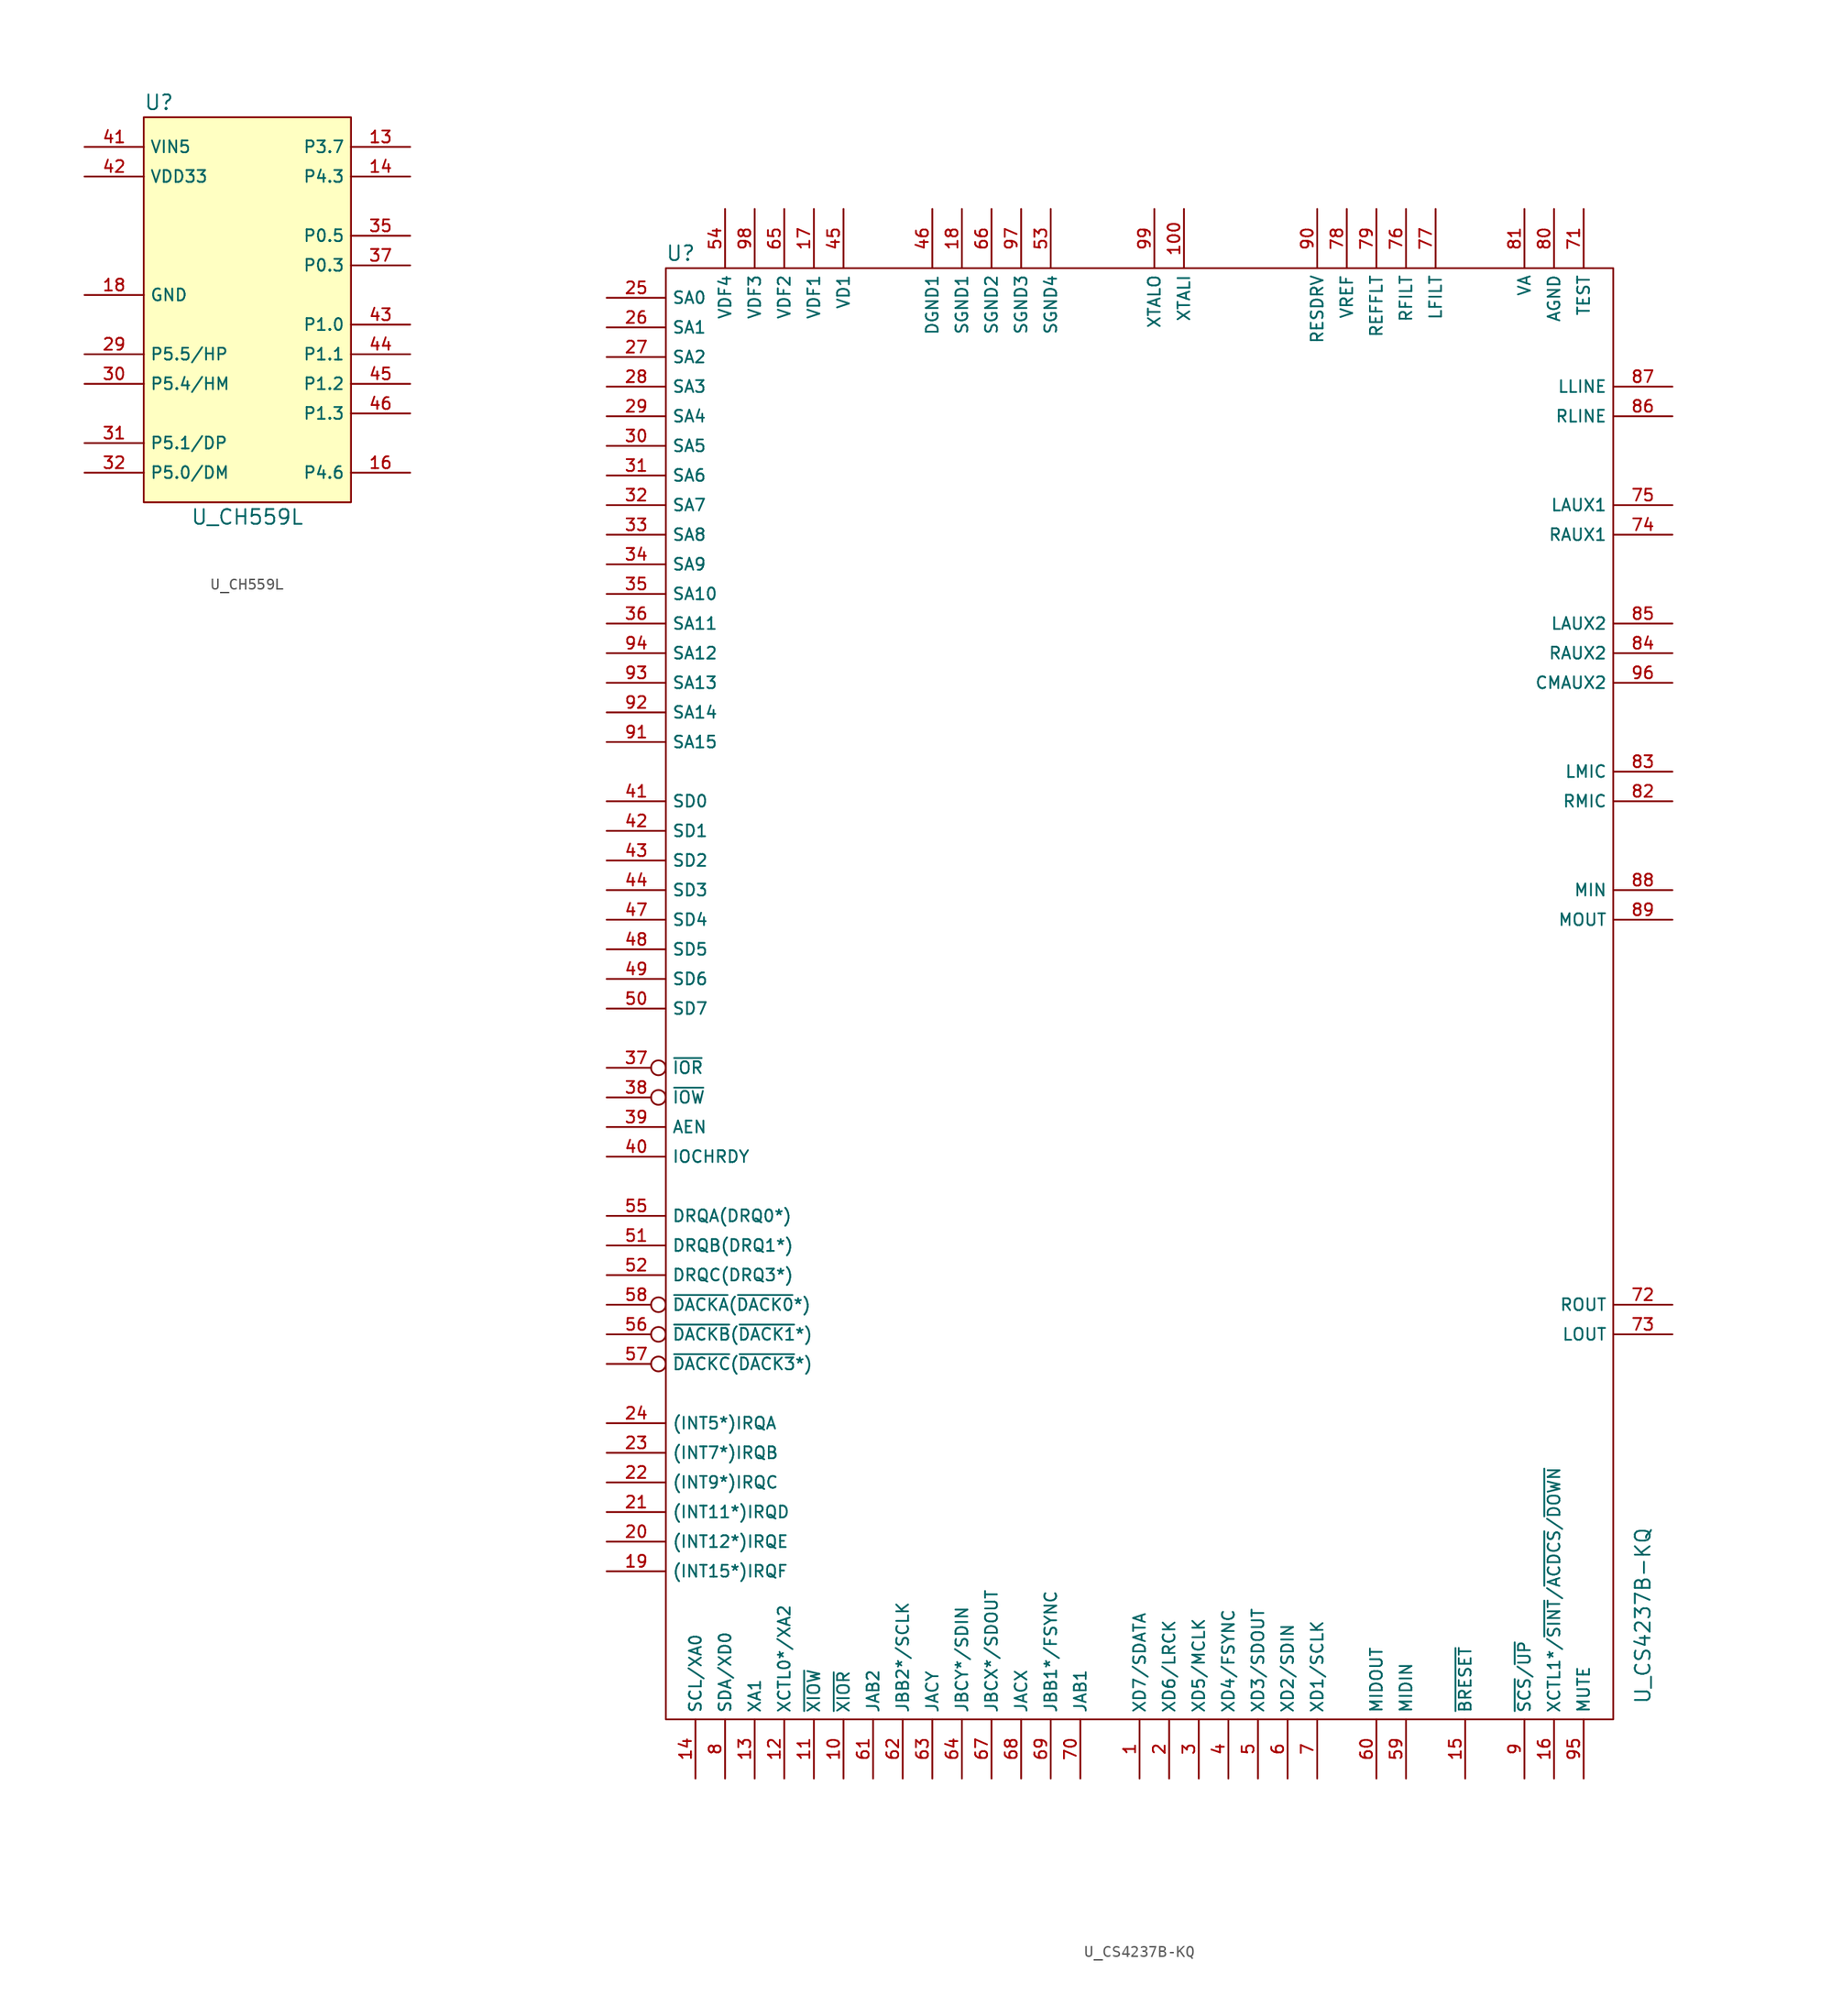
<source format=kicad_sym>
(kicad_symbol_lib
  (version 20220914)
  (generator kicad_symbol_editor)
  (symbol "U_CH559L"
    (property "Reference" "U"
      (at -8.89 17.78 0)
      (effects (font (size 1.27 1.27)) (justify left)))
    (property "Value" "U_CH559L"
      (at 0 -17.78 0)
      (effects (font (size 1.27 1.27))))
    (symbol "U_CH559L_1_1"
      (rectangle (start -8.89 16.51) (end 8.89 -16.51) (stroke (width 0) (type default)) (fill (type background)))
      (pin passive line (at 13.97 13.97 180) (length 5.08) (name "P3.7" (effects (font (size 1.016 1.016)))) (number "13" (effects (font (size 1.016 1.016)))))
      (pin passive line (at 13.97 11.43 180) (length 5.08) (name "P4.3" (effects (font (size 1.016 1.016)))) (number "14" (effects (font (size 1.016 1.016)))))
      (pin passive line (at 13.97 -13.97 180) (length 5.08) (name "P4.6" (effects (font (size 1.016 1.016)))) (number "16" (effects (font (size 1.016 1.016)))))
      (pin passive line (at -13.97 1.27 0) (length 5.08) (name "GND" (effects (font (size 1.016 1.016)))) (number "18" (effects (font (size 1.016 1.016)))))
      (pin passive line (at -13.97 -3.81 0) (length 5.08) (name "P5.5/HP" (effects (font (size 1.016 1.016)))) (number "29" (effects (font (size 1.016 1.016)))))
      (pin passive line (at -13.97 -6.35 0) (length 5.08) (name "P5.4/HM" (effects (font (size 1.016 1.016)))) (number "30" (effects (font (size 1.016 1.016)))))
      (pin passive line (at -13.97 -11.43 0) (length 5.08) (name "P5.1/DP" (effects (font (size 1.016 1.016)))) (number "31" (effects (font (size 1.016 1.016)))))
      (pin passive line (at -13.97 -13.97 0) (length 5.08) (name "P5.0/DM" (effects (font (size 1.016 1.016)))) (number "32" (effects (font (size 1.016 1.016)))))
      (pin passive line (at 13.97 6.35 180) (length 5.08) (name "P0.5" (effects (font (size 1.016 1.016)))) (number "35" (effects (font (size 1.016 1.016)))))
      (pin passive line (at 13.97 3.81 180) (length 5.08) (name "P0.3" (effects (font (size 1.016 1.016)))) (number "37" (effects (font (size 1.016 1.016)))))
      (pin passive line (at -13.97 13.97 0) (length 5.08) (name "VIN5" (effects (font (size 1.016 1.016)))) (number "41" (effects (font (size 1.016 1.016)))))
      (pin passive line (at -13.97 11.43 0) (length 5.08) (name "VDD33" (effects (font (size 1.016 1.016)))) (number "42" (effects (font (size 1.016 1.016)))))
      (pin passive line (at 13.97 -1.27 180) (length 5.08) (name "P1.0" (effects (font (size 1.016 1.016)))) (number "43" (effects (font (size 1.016 1.016)))))
      (pin passive line (at 13.97 -3.81 180) (length 5.08) (name "P1.1" (effects (font (size 1.016 1.016)))) (number "44" (effects (font (size 1.016 1.016)))))
      (pin passive line (at 13.97 -6.35 180) (length 5.08) (name "P1.2" (effects (font (size 1.016 1.016)))) (number "45" (effects (font (size 1.016 1.016)))))
      (pin passive line (at 13.97 -8.89 180) (length 5.08) (name "P1.3" (effects (font (size 1.016 1.016)))) (number "46" (effects (font (size 1.016 1.016)))))))
  (symbol "U_CS4237B-KQ"
    (property "Reference" "U"
      (at -39.37 63.5 0)
      (effects (font (size 1.27 1.27))))
    (property "Value" "U_CS4237B-KQ"
      (at 43.18 -53.34 90)
      (effects (font (size 1.27 1.27))))
    (symbol "U_CS4237B-KQ_0_1"
      (rectangle (start -40.64 62.23) (end 40.64 -62.23) (stroke (width 0.152) (type default)) (fill (type none))))
    (symbol "U_CS4237B-KQ_1_1"
      (pin passive line (at 0 -67.31 90) (length 5.08) (name "XD7/SDATA" (effects (font (size 1.016 1.016)))) (number "1" (effects (font (size 1.016 1.016)))))
      (pin passive line (at -25.4 -67.31 90) (length 5.08) (name "~{XIOR}" (effects (font (size 1.016 1.016)))) (number "10" (effects (font (size 1.016 1.016)))))
      (pin passive line (at 3.81 67.31 270) (length 5.08) (name "XTALI" (effects (font (size 1.016 1.016)))) (number "100" (effects (font (size 1.016 1.016)))))
      (pin passive line (at -27.94 -67.31 90) (length 5.08) (name "~{XIOW}" (effects (font (size 1.016 1.016)))) (number "11" (effects (font (size 1.016 1.016)))))
      (pin passive line (at -30.48 -67.31 90) (length 5.08) (name "XCTL0*/XA2" (effects (font (size 1.016 1.016)))) (number "12" (effects (font (size 1.016 1.016)))))
      (pin passive line (at -33.02 -67.31 90) (length 5.08) (name "XA1" (effects (font (size 1.016 1.016)))) (number "13" (effects (font (size 1.016 1.016)))))
      (pin passive line (at -38.1 -67.31 90) (length 5.08) (name "SCL/XA0" (effects (font (size 1.016 1.016)))) (number "14" (effects (font (size 1.016 1.016)))))
      (pin input line (at 27.94 -67.31 90) (length 5.08) (name "~{BRESET}" (effects (font (size 1.016 1.016)))) (number "15" (effects (font (size 1.016 1.016)))))
      (pin passive line (at 35.56 -67.31 90) (length 5.08) (name "XCTL1*/~{SINT}/~{ACDCS}/~{DOWN}" (effects (font (size 1.016 1.016)))) (number "16" (effects (font (size 1.016 1.016)))))
      (pin power_in line (at -27.94 67.31 270) (length 5.08) (name "VDF1" (effects (font (size 1.016 1.016)))) (number "17" (effects (font (size 1.016 1.016)))))
      (pin power_in line (at -15.24 67.31 270) (length 5.08) (name "SGND1" (effects (font (size 1.016 1.016)))) (number "18" (effects (font (size 1.016 1.016)))))
      (pin output line (at -45.72 -49.53 0) (length 5.08) (name "(INT15*)IRQF" (effects (font (size 1.016 1.016)))) (number "19" (effects (font (size 1.016 1.016)))))
      (pin passive line (at 2.54 -67.31 90) (length 5.08) (name "XD6/LRCK" (effects (font (size 1.016 1.016)))) (number "2" (effects (font (size 1.016 1.016)))))
      (pin output line (at -45.72 -46.99 0) (length 5.08) (name "(INT12*)IRQE" (effects (font (size 1.016 1.016)))) (number "20" (effects (font (size 1.016 1.016)))))
      (pin output line (at -45.72 -44.45 0) (length 5.08) (name "(INT11*)IRQD" (effects (font (size 1.016 1.016)))) (number "21" (effects (font (size 1.016 1.016)))))
      (pin output line (at -45.72 -41.91 0) (length 5.08) (name "(INT9*)IRQC" (effects (font (size 1.016 1.016)))) (number "22" (effects (font (size 1.016 1.016)))))
      (pin output line (at -45.72 -39.37 0) (length 5.08) (name "(INT7*)IRQB" (effects (font (size 1.016 1.016)))) (number "23" (effects (font (size 1.016 1.016)))))
      (pin output line (at -45.72 -36.83 0) (length 5.08) (name "(INT5*)IRQA" (effects (font (size 1.016 1.016)))) (number "24" (effects (font (size 1.016 1.016)))))
      (pin input line (at -45.72 59.69 0) (length 5.08) (name "SA0" (effects (font (size 1.016 1.016)))) (number "25" (effects (font (size 1.016 1.016)))))
      (pin input line (at -45.72 57.15 0) (length 5.08) (name "SA1" (effects (font (size 1.016 1.016)))) (number "26" (effects (font (size 1.016 1.016)))))
      (pin input line (at -45.72 54.61 0) (length 5.08) (name "SA2" (effects (font (size 1.016 1.016)))) (number "27" (effects (font (size 1.016 1.016)))))
      (pin input line (at -45.72 52.07 0) (length 5.08) (name "SA3" (effects (font (size 1.016 1.016)))) (number "28" (effects (font (size 1.016 1.016)))))
      (pin input line (at -45.72 49.53 0) (length 5.08) (name "SA4" (effects (font (size 1.016 1.016)))) (number "29" (effects (font (size 1.016 1.016)))))
      (pin passive line (at 5.08 -67.31 90) (length 5.08) (name "XD5/MCLK" (effects (font (size 1.016 1.016)))) (number "3" (effects (font (size 1.016 1.016)))))
      (pin input line (at -45.72 46.99 0) (length 5.08) (name "SA5" (effects (font (size 1.016 1.016)))) (number "30" (effects (font (size 1.016 1.016)))))
      (pin input line (at -45.72 44.45 0) (length 5.08) (name "SA6" (effects (font (size 1.016 1.016)))) (number "31" (effects (font (size 1.016 1.016)))))
      (pin input line (at -45.72 41.91 0) (length 5.08) (name "SA7" (effects (font (size 1.016 1.016)))) (number "32" (effects (font (size 1.016 1.016)))))
      (pin input line (at -45.72 39.37 0) (length 5.08) (name "SA8" (effects (font (size 1.016 1.016)))) (number "33" (effects (font (size 1.016 1.016)))))
      (pin input line (at -45.72 36.83 0) (length 5.08) (name "SA9" (effects (font (size 1.016 1.016)))) (number "34" (effects (font (size 1.016 1.016)))))
      (pin input line (at -45.72 34.29 0) (length 5.08) (name "SA10" (effects (font (size 1.016 1.016)))) (number "35" (effects (font (size 1.016 1.016)))))
      (pin input line (at -45.72 31.75 0) (length 5.08) (name "SA11" (effects (font (size 1.016 1.016)))) (number "36" (effects (font (size 1.016 1.016)))))
      (pin input inverted (at -45.72 -6.35 0) (length 5.08) (name "~{IOR}" (effects (font (size 1.016 1.016)))) (number "37" (effects (font (size 1.016 1.016)))))
      (pin input inverted (at -45.72 -8.89 0) (length 5.08) (name "~{IOW}" (effects (font (size 1.016 1.016)))) (number "38" (effects (font (size 1.016 1.016)))))
      (pin input line (at -45.72 -11.43 0) (length 5.08) (name "AEN" (effects (font (size 1.016 1.016)))) (number "39" (effects (font (size 1.016 1.016)))))
      (pin passive line (at 7.62 -67.31 90) (length 5.08) (name "XD4/FSYNC" (effects (font (size 1.016 1.016)))) (number "4" (effects (font (size 1.016 1.016)))))
      (pin output line (at -45.72 -13.97 0) (length 5.08) (name "IOCHRDY" (effects (font (size 1.016 1.016)))) (number "40" (effects (font (size 1.016 1.016)))))
      (pin bidirectional line (at -45.72 16.51 0) (length 5.08) (name "SD0" (effects (font (size 1.016 1.016)))) (number "41" (effects (font (size 1.016 1.016)))))
      (pin bidirectional line (at -45.72 13.97 0) (length 5.08) (name "SD1" (effects (font (size 1.016 1.016)))) (number "42" (effects (font (size 1.016 1.016)))))
      (pin bidirectional line (at -45.72 11.43 0) (length 5.08) (name "SD2" (effects (font (size 1.016 1.016)))) (number "43" (effects (font (size 1.016 1.016)))))
      (pin bidirectional line (at -45.72 8.89 0) (length 5.08) (name "SD3" (effects (font (size 1.016 1.016)))) (number "44" (effects (font (size 1.016 1.016)))))
      (pin power_in line (at -25.4 67.31 270) (length 5.08) (name "VD1" (effects (font (size 1.016 1.016)))) (number "45" (effects (font (size 1.016 1.016)))))
      (pin power_in line (at -17.78 67.31 270) (length 5.08) (name "DGND1" (effects (font (size 1.016 1.016)))) (number "46" (effects (font (size 1.016 1.016)))))
      (pin bidirectional line (at -45.72 6.35 0) (length 5.08) (name "SD4" (effects (font (size 1.016 1.016)))) (number "47" (effects (font (size 1.016 1.016)))))
      (pin bidirectional line (at -45.72 3.81 0) (length 5.08) (name "SD5" (effects (font (size 1.016 1.016)))) (number "48" (effects (font (size 1.016 1.016)))))
      (pin bidirectional line (at -45.72 1.27 0) (length 5.08) (name "SD6" (effects (font (size 1.016 1.016)))) (number "49" (effects (font (size 1.016 1.016)))))
      (pin passive line (at 10.16 -67.31 90) (length 5.08) (name "XD3/SDOUT" (effects (font (size 1.016 1.016)))) (number "5" (effects (font (size 1.016 1.016)))))
      (pin bidirectional line (at -45.72 -1.27 0) (length 5.08) (name "SD7" (effects (font (size 1.016 1.016)))) (number "50" (effects (font (size 1.016 1.016)))))
      (pin output line (at -45.72 -21.59 0) (length 5.08) (name "DRQB(DRQ1*)" (effects (font (size 1.016 1.016)))) (number "51" (effects (font (size 1.016 1.016)))))
      (pin output line (at -45.72 -24.13 0) (length 5.08) (name "DRQC(DRQ3*)" (effects (font (size 1.016 1.016)))) (number "52" (effects (font (size 1.016 1.016)))))
      (pin power_in line (at -7.62 67.31 270) (length 5.08) (name "SGND4" (effects (font (size 1.016 1.016)))) (number "53" (effects (font (size 1.016 1.016)))))
      (pin power_in line (at -35.56 67.31 270) (length 5.08) (name "VDF4" (effects (font (size 1.016 1.016)))) (number "54" (effects (font (size 1.016 1.016)))))
      (pin output line (at -45.72 -19.05 0) (length 5.08) (name "DRQA(DRQ0*)" (effects (font (size 1.016 1.016)))) (number "55" (effects (font (size 1.016 1.016)))))
      (pin input inverted (at -45.72 -29.21 0) (length 5.08) (name "~{DACKB}(~{DACK1}*)" (effects (font (size 1.016 1.016)))) (number "56" (effects (font (size 1.016 1.016)))))
      (pin input inverted (at -45.72 -31.75 0) (length 5.08) (name "~{DACKC}(~{DACK3}*)" (effects (font (size 1.016 1.016)))) (number "57" (effects (font (size 1.016 1.016)))))
      (pin input inverted (at -45.72 -26.67 0) (length 5.08) (name "~{DACKA}(~{DACK0}*)" (effects (font (size 1.016 1.016)))) (number "58" (effects (font (size 1.016 1.016)))))
      (pin input line (at 22.86 -67.31 90) (length 5.08) (name "MIDIN" (effects (font (size 1.016 1.016)))) (number "59" (effects (font (size 1.016 1.016)))))
      (pin passive line (at 12.7 -67.31 90) (length 5.08) (name "XD2/SDIN" (effects (font (size 1.016 1.016)))) (number "6" (effects (font (size 1.016 1.016)))))
      (pin output line (at 20.32 -67.31 90) (length 5.08) (name "MIDOUT" (effects (font (size 1.016 1.016)))) (number "60" (effects (font (size 1.016 1.016)))))
      (pin passive line (at -22.86 -67.31 90) (length 5.08) (name "JAB2" (effects (font (size 1.016 1.016)))) (number "61" (effects (font (size 1.016 1.016)))))
      (pin passive line (at -20.32 -67.31 90) (length 5.08) (name "JBB2*/SCLK" (effects (font (size 1.016 1.016)))) (number "62" (effects (font (size 1.016 1.016)))))
      (pin passive line (at -17.78 -67.31 90) (length 5.08) (name "JACY" (effects (font (size 1.016 1.016)))) (number "63" (effects (font (size 1.016 1.016)))))
      (pin passive line (at -15.24 -67.31 90) (length 5.08) (name "JBCY*/SDIN" (effects (font (size 1.016 1.016)))) (number "64" (effects (font (size 1.016 1.016)))))
      (pin power_in line (at -30.48 67.31 270) (length 5.08) (name "VDF2" (effects (font (size 1.016 1.016)))) (number "65" (effects (font (size 1.016 1.016)))))
      (pin power_in line (at -12.7 67.31 270) (length 5.08) (name "SGND2" (effects (font (size 1.016 1.016)))) (number "66" (effects (font (size 1.016 1.016)))))
      (pin passive line (at -12.7 -67.31 90) (length 5.08) (name "JBCX*/SDOUT" (effects (font (size 1.016 1.016)))) (number "67" (effects (font (size 1.016 1.016)))))
      (pin passive line (at -10.16 -67.31 90) (length 5.08) (name "JACX" (effects (font (size 1.016 1.016)))) (number "68" (effects (font (size 1.016 1.016)))))
      (pin passive line (at -7.62 -67.31 90) (length 5.08) (name "JBB1*/FSYNC" (effects (font (size 1.016 1.016)))) (number "69" (effects (font (size 1.016 1.016)))))
      (pin passive line (at 15.24 -67.31 90) (length 5.08) (name "XD1/SCLK" (effects (font (size 1.016 1.016)))) (number "7" (effects (font (size 1.016 1.016)))))
      (pin passive line (at -5.08 -67.31 90) (length 5.08) (name "JAB1" (effects (font (size 1.016 1.016)))) (number "70" (effects (font (size 1.016 1.016)))))
      (pin passive line (at 38.1 67.31 270) (length 5.08) (name "TEST" (effects (font (size 1.016 1.016)))) (number "71" (effects (font (size 1.016 1.016)))))
      (pin output line (at 45.72 -26.67 180) (length 5.08) (name "ROUT" (effects (font (size 1.016 1.016)))) (number "72" (effects (font (size 1.016 1.016)))))
      (pin output line (at 45.72 -29.21 180) (length 5.08) (name "LOUT" (effects (font (size 1.016 1.016)))) (number "73" (effects (font (size 1.016 1.016)))))
      (pin passive line (at 45.72 39.37 180) (length 5.08) (name "RAUX1" (effects (font (size 1.016 1.016)))) (number "74" (effects (font (size 1.016 1.016)))))
      (pin passive line (at 45.72 41.91 180) (length 5.08) (name "LAUX1" (effects (font (size 1.016 1.016)))) (number "75" (effects (font (size 1.016 1.016)))))
      (pin passive line (at 22.86 67.31 270) (length 5.08) (name "RFILT" (effects (font (size 1.016 1.016)))) (number "76" (effects (font (size 1.016 1.016)))))
      (pin passive line (at 25.4 67.31 270) (length 5.08) (name "LFILT" (effects (font (size 1.016 1.016)))) (number "77" (effects (font (size 1.016 1.016)))))
      (pin passive line (at 17.78 67.31 270) (length 5.08) (name "VREF" (effects (font (size 1.016 1.016)))) (number "78" (effects (font (size 1.016 1.016)))))
      (pin passive line (at 20.32 67.31 270) (length 5.08) (name "REFFLT" (effects (font (size 1.016 1.016)))) (number "79" (effects (font (size 1.016 1.016)))))
      (pin passive line (at -35.56 -67.31 90) (length 5.08) (name "SDA/XD0" (effects (font (size 1.016 1.016)))) (number "8" (effects (font (size 1.016 1.016)))))
      (pin passive line (at 35.56 67.31 270) (length 5.08) (name "AGND" (effects (font (size 1.016 1.016)))) (number "80" (effects (font (size 1.016 1.016)))))
      (pin passive line (at 33.02 67.31 270) (length 5.08) (name "VA" (effects (font (size 1.016 1.016)))) (number "81" (effects (font (size 1.016 1.016)))))
      (pin passive line (at 45.72 16.51 180) (length 5.08) (name "RMIC" (effects (font (size 1.016 1.016)))) (number "82" (effects (font (size 1.016 1.016)))))
      (pin passive line (at 45.72 19.05 180) (length 5.08) (name "LMIC" (effects (font (size 1.016 1.016)))) (number "83" (effects (font (size 1.016 1.016)))))
      (pin passive line (at 45.72 29.21 180) (length 5.08) (name "RAUX2" (effects (font (size 1.016 1.016)))) (number "84" (effects (font (size 1.016 1.016)))))
      (pin passive line (at 45.72 31.75 180) (length 5.08) (name "LAUX2" (effects (font (size 1.016 1.016)))) (number "85" (effects (font (size 1.016 1.016)))))
      (pin input line (at 45.72 49.53 180) (length 5.08) (name "RLINE" (effects (font (size 1.016 1.016)))) (number "86" (effects (font (size 1.016 1.016)))))
      (pin input line (at 45.72 52.07 180) (length 5.08) (name "LLINE" (effects (font (size 1.016 1.016)))) (number "87" (effects (font (size 1.016 1.016)))))
      (pin input line (at 45.72 8.89 180) (length 5.08) (name "MIN" (effects (font (size 1.016 1.016)))) (number "88" (effects (font (size 1.016 1.016)))))
      (pin output line (at 45.72 6.35 180) (length 5.08) (name "MOUT" (effects (font (size 1.016 1.016)))) (number "89" (effects (font (size 1.016 1.016)))))
      (pin passive line (at 33.02 -67.31 90) (length 5.08) (name "~{SCS}/~{UP}" (effects (font (size 1.016 1.016)))) (number "9" (effects (font (size 1.016 1.016)))))
      (pin passive line (at 15.24 67.31 270) (length 5.08) (name "RESDRV" (effects (font (size 1.016 1.016)))) (number "90" (effects (font (size 1.016 1.016)))))
      (pin input line (at -45.72 21.59 0) (length 5.08) (name "SA15" (effects (font (size 1.016 1.016)))) (number "91" (effects (font (size 1.016 1.016)))))
      (pin input line (at -45.72 24.13 0) (length 5.08) (name "SA14" (effects (font (size 1.016 1.016)))) (number "92" (effects (font (size 1.016 1.016)))))
      (pin input line (at -45.72 26.67 0) (length 5.08) (name "SA13" (effects (font (size 1.016 1.016)))) (number "93" (effects (font (size 1.016 1.016)))))
      (pin input line (at -45.72 29.21 0) (length 5.08) (name "SA12" (effects (font (size 1.016 1.016)))) (number "94" (effects (font (size 1.016 1.016)))))
      (pin passive line (at 38.1 -67.31 90) (length 5.08) (name "MUTE" (effects (font (size 1.016 1.016)))) (number "95" (effects (font (size 1.016 1.016)))))
      (pin passive line (at 45.72 26.67 180) (length 5.08) (name "CMAUX2" (effects (font (size 1.016 1.016)))) (number "96" (effects (font (size 1.016 1.016)))))
      (pin power_in line (at -10.16 67.31 270) (length 5.08) (name "SGND3" (effects (font (size 1.016 1.016)))) (number "97" (effects (font (size 1.016 1.016)))))
      (pin power_in line (at -33.02 67.31 270) (length 5.08) (name "VDF3" (effects (font (size 1.016 1.016)))) (number "98" (effects (font (size 1.016 1.016)))))
      (pin passive line (at 1.27 67.31 270) (length 5.08) (name "XTALO" (effects (font (size 1.016 1.016)))) (number "99" (effects (font (size 1.016 1.016))))))))
</source>
